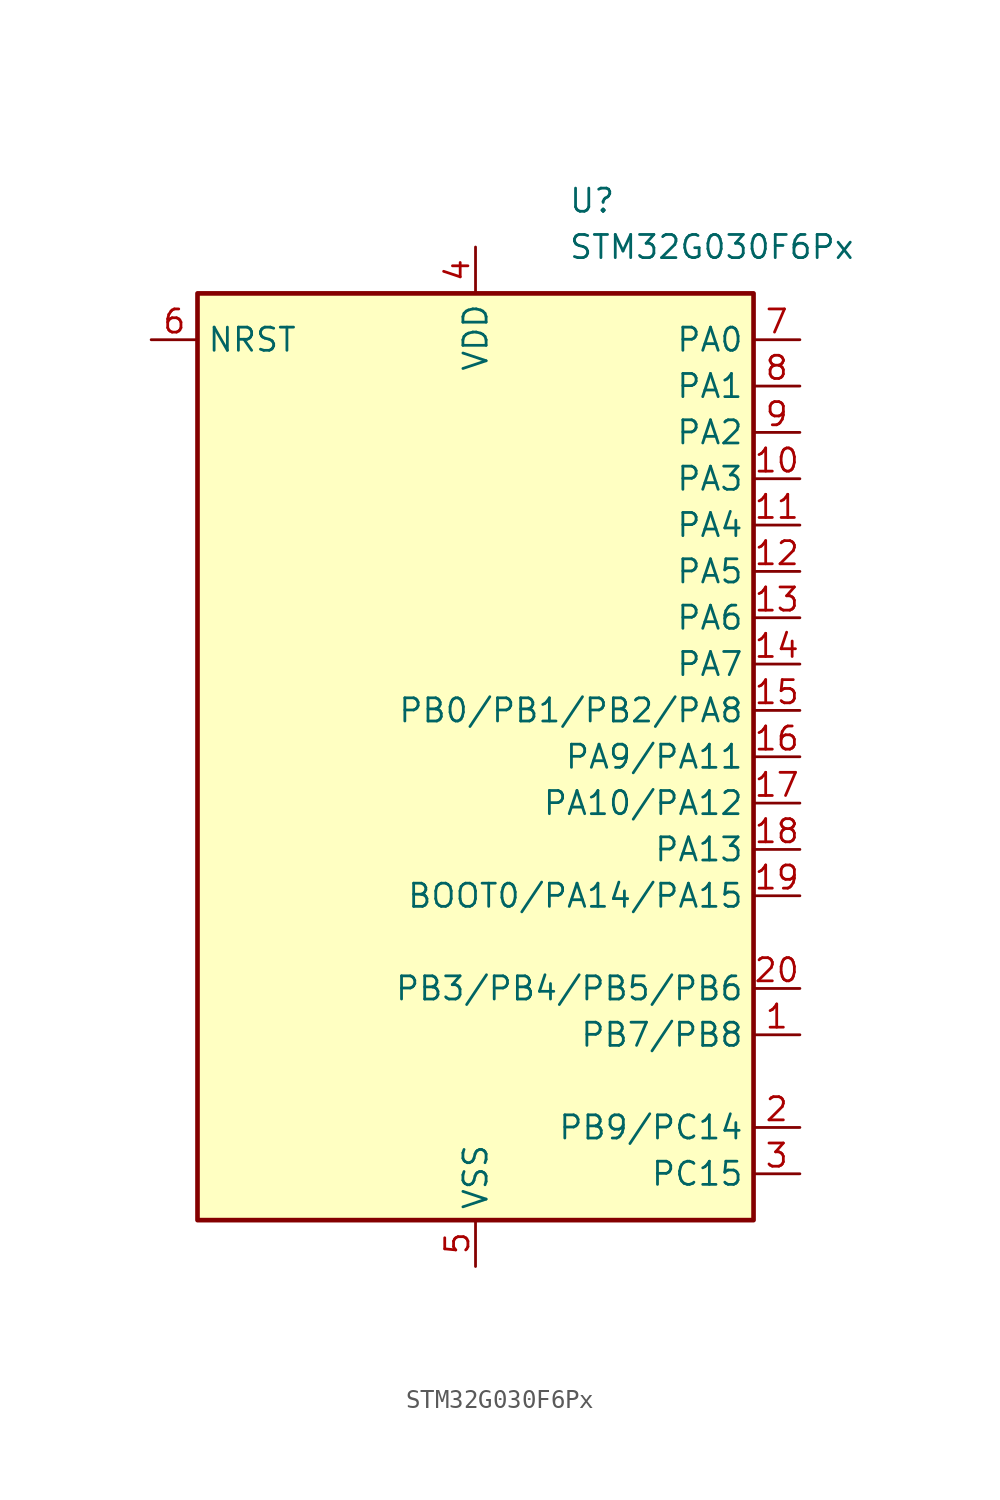
<source format=kicad_sym>
(kicad_symbol_lib
  (version 20201005)
  (generator kicad_symbol_editor)
  (symbol "KLIB_MCU_ST_STM32G0:STM32G030F6Px"
    (property "Reference" "U"
      (at 5.08 30.48 0)
      (effects (font (size 1.27 1.27)) (justify left)))
    (property "Value" "STM32G030F6Px"
      (at 5.08 27.94 0)
      (effects (font (size 1.27 1.27)) (justify left)))
    (symbol "STM32G030F6Px_0_1"
      (rectangle (start -15.24 25.4) (end 15.24 -25.4) (stroke (width 0.254)) (fill (type background))))
    (symbol "STM32G030F6Px_1_1"
      (pin bidirectional line (at 17.78 -15.24 180) (length 2.54) (name "PB7/PB8" (effects (font (size 1.27 1.27)))) (number "1" (effects (font (size 1.27 1.27)))))
      (pin bidirectional line (at 17.78 15.24 180) (length 2.54) (name "PA3" (effects (font (size 1.27 1.27)))) (number "10" (effects (font (size 1.27 1.27)))))
      (pin bidirectional line (at 17.78 12.7 180) (length 2.54) (name "PA4" (effects (font (size 1.27 1.27)))) (number "11" (effects (font (size 1.27 1.27)))))
      (pin bidirectional line (at 17.78 10.16 180) (length 2.54) (name "PA5" (effects (font (size 1.27 1.27)))) (number "12" (effects (font (size 1.27 1.27)))))
      (pin bidirectional line (at 17.78 7.62 180) (length 2.54) (name "PA6" (effects (font (size 1.27 1.27)))) (number "13" (effects (font (size 1.27 1.27)))))
      (pin bidirectional line (at 17.78 5.08 180) (length 2.54) (name "PA7" (effects (font (size 1.27 1.27)))) (number "14" (effects (font (size 1.27 1.27)))))
      (pin bidirectional line (at 17.78 2.54 180) (length 2.54) (name "PB0/PB1/PB2/PA8" (effects (font (size 1.27 1.27)))) (number "15" (effects (font (size 1.27 1.27)))))
      (pin bidirectional line (at 17.78 0 180) (length 2.54) (name "PA9/PA11" (effects (font (size 1.27 1.27)))) (number "16" (effects (font (size 1.27 1.27)))))
      (pin bidirectional line (at 17.78 -2.54 180) (length 2.54) (name "PA10/PA12" (effects (font (size 1.27 1.27)))) (number "17" (effects (font (size 1.27 1.27)))))
      (pin bidirectional line (at 17.78 -5.08 180) (length 2.54) (name "PA13" (effects (font (size 1.27 1.27)))) (number "18" (effects (font (size 1.27 1.27)))))
      (pin bidirectional line (at 17.78 -7.62 180) (length 2.54) (name "BOOT0/PA14/PA15" (effects (font (size 1.27 1.27)))) (number "19" (effects (font (size 1.27 1.27)))))
      (pin bidirectional line (at 17.78 -20.32 180) (length 2.54) (name "PB9/PC14" (effects (font (size 1.27 1.27)))) (number "2" (effects (font (size 1.27 1.27)))))
      (pin bidirectional line (at 17.78 -12.7 180) (length 2.54) (name "PB3/PB4/PB5/PB6" (effects (font (size 1.27 1.27)))) (number "20" (effects (font (size 1.27 1.27)))))
      (pin bidirectional line (at 17.78 -22.86 180) (length 2.54) (name "PC15" (effects (font (size 1.27 1.27)))) (number "3" (effects (font (size 1.27 1.27)))))
      (pin power_in line (at 0 27.94 270) (length 2.54) (name "VDD" (effects (font (size 1.27 1.27)))) (number "4" (effects (font (size 1.27 1.27)))))
      (pin power_in line (at 0 -27.94 90) (length 2.54) (name "VSS" (effects (font (size 1.27 1.27)))) (number "5" (effects (font (size 1.27 1.27)))))
      (pin input line (at -17.78 22.86 0) (length 2.54) (name "NRST" (effects (font (size 1.27 1.27)))) (number "6" (effects (font (size 1.27 1.27)))))
      (pin bidirectional line (at 17.78 22.86 180) (length 2.54) (name "PA0" (effects (font (size 1.27 1.27)))) (number "7" (effects (font (size 1.27 1.27)))))
      (pin bidirectional line (at 17.78 20.32 180) (length 2.54) (name "PA1" (effects (font (size 1.27 1.27)))) (number "8" (effects (font (size 1.27 1.27)))))
      (pin bidirectional line (at 17.78 17.78 180) (length 2.54) (name "PA2" (effects (font (size 1.27 1.27)))) (number "9" (effects (font (size 1.27 1.27))))))))
</source>
